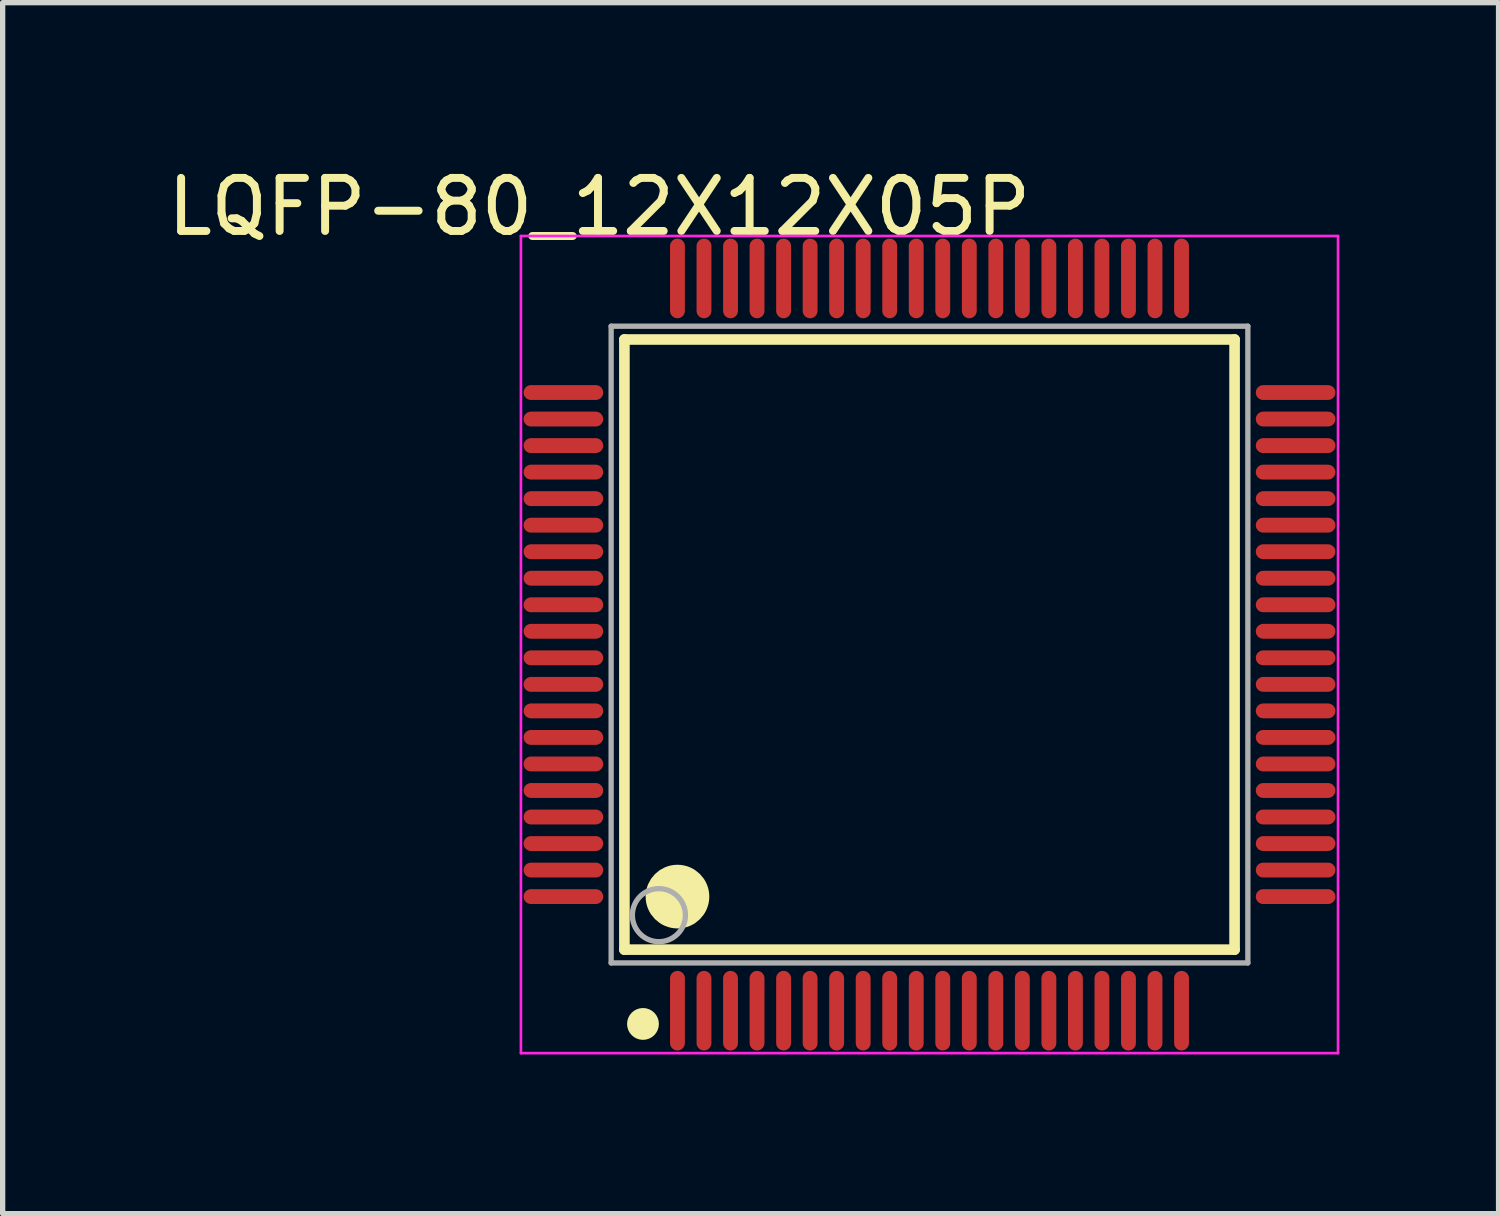
<source format=kicad_pcb>
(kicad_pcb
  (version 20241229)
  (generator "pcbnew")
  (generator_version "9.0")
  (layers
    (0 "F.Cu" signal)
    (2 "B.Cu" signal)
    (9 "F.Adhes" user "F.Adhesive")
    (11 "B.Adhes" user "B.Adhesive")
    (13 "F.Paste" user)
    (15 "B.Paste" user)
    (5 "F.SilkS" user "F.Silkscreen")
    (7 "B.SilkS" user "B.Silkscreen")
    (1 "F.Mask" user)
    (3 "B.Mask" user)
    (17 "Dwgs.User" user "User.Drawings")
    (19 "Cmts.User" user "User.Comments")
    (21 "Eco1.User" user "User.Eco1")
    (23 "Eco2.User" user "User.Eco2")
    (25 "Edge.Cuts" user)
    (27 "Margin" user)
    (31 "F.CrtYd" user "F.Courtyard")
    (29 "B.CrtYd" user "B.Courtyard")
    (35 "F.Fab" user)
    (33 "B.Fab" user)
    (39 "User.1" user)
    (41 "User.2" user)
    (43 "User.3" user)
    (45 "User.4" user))
  (footprint "LQFP-80_12X12X05P"
    (layer "F.Cu")
    (at 14.468 9.098)
    (property "Reference" "LQFP-80_12X12X05P" (at -6.224 -8.25 0) (layer "F.SilkS") (effects (font (size 1 1) (thickness 0.15))))
    (attr through_hole)
    (fp_line (start -5.75 -5.75) (end 5.75 -5.75) (stroke (width 0.2) (type solid)) (layer "F.SilkS"))
    (fp_line (start -5.75 5.75) (end -5.75 -5.75) (stroke (width 0.2) (type solid)) (layer "F.SilkS"))
    (fp_line (start -5.75 5.75) (end 5.75 5.75) (stroke (width 0.2) (type solid)) (layer "F.SilkS"))
    (fp_line (start 5.75 5.75) (end 5.75 -5.75) (stroke (width 0.2) (type solid)) (layer "F.SilkS"))
    (fp_circle (center -5.4 7.15) (end -5.25 7.15) (stroke (width 0.3) (type solid)) (fill no) (layer "F.SilkS"))
    (fp_circle (center -4.75 4.75) (end -4.45 4.75) (stroke (width 0.6) (type solid)) (fill no) (layer "F.SilkS"))
    (fp_line (start -7.7 -7.7) (end 7.7 -7.7) (stroke (width 0.05) (type solid)) (layer "F.CrtYd"))
    (fp_line (start -7.7 7.7) (end -7.7 -7.7) (stroke (width 0.05) (type solid)) (layer "F.CrtYd"))
    (fp_line (start 7.7 -7.7) (end 7.7 7.7) (stroke (width 0.05) (type solid)) (layer "F.CrtYd"))
    (fp_line (start 7.7 7.7) (end -7.7 7.7) (stroke (width 0.05) (type solid)) (layer "F.CrtYd"))
    (fp_line (start -6 -6) (end 6 -6) (stroke (width 0.1) (type solid)) (layer "F.Fab"))
    (fp_line (start -6 6) (end -6 -6) (stroke (width 0.1) (type solid)) (layer "F.Fab"))
    (fp_line (start -6 6) (end 6 6) (stroke (width 0.1) (type solid)) (layer "F.Fab"))
    (fp_line (start 6 6) (end 6 -6) (stroke (width 0.1) (type solid)) (layer "F.Fab"))
    (fp_circle (center -5.1 5.1) (end -4.6 5.1) (stroke (width 0.1) (type solid)) (fill no) (layer "F.Fab"))
    (pad "1" smd oval (at -4.75 6.9 180) (size 0.28 1.5) (layers "F.Cu" "F.Mask" "F.Paste"))
    (pad "2" smd oval (at -4.25 6.9 180) (size 0.28 1.5) (layers "F.Cu" "F.Mask" "F.Paste"))
    (pad "3" smd oval (at -3.75 6.9 180) (size 0.28 1.5) (layers "F.Cu" "F.Mask" "F.Paste"))
    (pad "4" smd oval (at -3.25 6.9 180) (size 0.28 1.5) (layers "F.Cu" "F.Mask" "F.Paste"))
    (pad "5" smd oval (at -2.75 6.9 180) (size 0.28 1.5) (layers "F.Cu" "F.Mask" "F.Paste"))
    (pad "6" smd oval (at -2.25 6.9 180) (size 0.28 1.5) (layers "F.Cu" "F.Mask" "F.Paste"))
    (pad "7" smd oval (at -1.75 6.9 180) (size 0.28 1.5) (layers "F.Cu" "F.Mask" "F.Paste"))
    (pad "8" smd oval (at -1.25 6.9 180) (size 0.28 1.5) (layers "F.Cu" "F.Mask" "F.Paste"))
    (pad "9" smd oval (at -0.75 6.9 180) (size 0.28 1.5) (layers "F.Cu" "F.Mask" "F.Paste"))
    (pad "10" smd oval (at -0.25 6.9 180) (size 0.28 1.5) (layers "F.Cu" "F.Mask" "F.Paste"))
    (pad "11" smd oval (at 0.25 6.9 180) (size 0.28 1.5) (layers "F.Cu" "F.Mask" "F.Paste"))
    (pad "12" smd oval (at 0.75 6.9 180) (size 0.28 1.5) (layers "F.Cu" "F.Mask" "F.Paste"))
    (pad "13" smd oval (at 1.25 6.9 180) (size 0.28 1.5) (layers "F.Cu" "F.Mask" "F.Paste"))
    (pad "14" smd oval (at 1.75 6.9 180) (size 0.28 1.5) (layers "F.Cu" "F.Mask" "F.Paste"))
    (pad "15" smd oval (at 2.25 6.9 180) (size 0.28 1.5) (layers "F.Cu" "F.Mask" "F.Paste"))
    (pad "16" smd oval (at 2.75 6.9 180) (size 0.28 1.5) (layers "F.Cu" "F.Mask" "F.Paste"))
    (pad "17" smd oval (at 3.25 6.9 180) (size 0.28 1.5) (layers "F.Cu" "F.Mask" "F.Paste"))
    (pad "18" smd oval (at 3.75 6.9 180) (size 0.28 1.5) (layers "F.Cu" "F.Mask" "F.Paste"))
    (pad "19" smd oval (at 4.25 6.9 180) (size 0.28 1.5) (layers "F.Cu" "F.Mask" "F.Paste"))
    (pad "20" smd oval (at 4.75 6.9) (size 0.28 1.5) (layers "F.Cu" "F.Mask" "F.Paste"))
    (pad "21" smd oval (at 6.9 4.75 270) (size 0.28 1.5) (layers "F.Cu" "F.Mask" "F.Paste"))
    (pad "22" smd oval (at 6.9 4.25 90) (size 0.28 1.5) (layers "F.Cu" "F.Mask" "F.Paste"))
    (pad "23" smd oval (at 6.9 3.75 90) (size 0.28 1.5) (layers "F.Cu" "F.Mask" "F.Paste"))
    (pad "24" smd oval (at 6.9 3.25 90) (size 0.28 1.5) (layers "F.Cu" "F.Mask" "F.Paste"))
    (pad "25" smd oval (at 6.9 2.75 90) (size 0.28 1.5) (layers "F.Cu" "F.Mask" "F.Paste"))
    (pad "26" smd oval (at 6.9 2.25 90) (size 0.28 1.5) (layers "F.Cu" "F.Mask" "F.Paste"))
    (pad "27" smd oval (at 6.9 1.75 90) (size 0.28 1.5) (layers "F.Cu" "F.Mask" "F.Paste"))
    (pad "28" smd oval (at 6.9 1.25 90) (size 0.28 1.5) (layers "F.Cu" "F.Mask" "F.Paste"))
    (pad "29" smd oval (at 6.9 0.75 90) (size 0.28 1.5) (layers "F.Cu" "F.Mask" "F.Paste"))
    (pad "30" smd oval (at 6.9 0.25 90) (size 0.28 1.5) (layers "F.Cu" "F.Mask" "F.Paste"))
    (pad "31" smd oval (at 6.9 -0.25 90) (size 0.28 1.5) (layers "F.Cu" "F.Mask" "F.Paste"))
    (pad "32" smd oval (at 6.9 -0.75 90) (size 0.28 1.5) (layers "F.Cu" "F.Mask" "F.Paste"))
    (pad "33" smd oval (at 6.9 -1.25 90) (size 0.28 1.5) (layers "F.Cu" "F.Mask" "F.Paste"))
    (pad "34" smd oval (at 6.9 -1.75 90) (size 0.28 1.5) (layers "F.Cu" "F.Mask" "F.Paste"))
    (pad "35" smd oval (at 6.9 -2.25 90) (size 0.28 1.5) (layers "F.Cu" "F.Mask" "F.Paste"))
    (pad "36" smd oval (at 6.9 -2.75 90) (size 0.28 1.5) (layers "F.Cu" "F.Mask" "F.Paste"))
    (pad "37" smd oval (at 6.9 -3.25 90) (size 0.28 1.5) (layers "F.Cu" "F.Mask" "F.Paste"))
    (pad "38" smd oval (at 6.9 -3.75 90) (size 0.28 1.5) (layers "F.Cu" "F.Mask" "F.Paste"))
    (pad "39" smd oval (at 6.9 -4.25 90) (size 0.28 1.5) (layers "F.Cu" "F.Mask" "F.Paste"))
    (pad "40" smd oval (at 6.9 -4.75 90) (size 0.28 1.5) (layers "F.Cu" "F.Mask" "F.Paste"))
    (pad "41" smd oval (at 4.75 -6.9) (size 0.28 1.5) (layers "F.Cu" "F.Mask" "F.Paste"))
    (pad "42" smd oval (at 4.25 -6.9 180) (size 0.28 1.5) (layers "F.Cu" "F.Mask" "F.Paste"))
    (pad "43" smd oval (at 3.75 -6.9 180) (size 0.28 1.5) (layers "F.Cu" "F.Mask" "F.Paste"))
    (pad "44" smd oval (at 3.25 -6.9 180) (size 0.28 1.5) (layers "F.Cu" "F.Mask" "F.Paste"))
    (pad "45" smd oval (at 2.75 -6.9 180) (size 0.28 1.5) (layers "F.Cu" "F.Mask" "F.Paste"))
    (pad "46" smd oval (at 2.25 -6.9 180) (size 0.28 1.5) (layers "F.Cu" "F.Mask" "F.Paste"))
    (pad "47" smd oval (at 1.75 -6.9 180) (size 0.28 1.5) (layers "F.Cu" "F.Mask" "F.Paste"))
    (pad "48" smd oval (at 1.25 -6.9 180) (size 0.28 1.5) (layers "F.Cu" "F.Mask" "F.Paste"))
    (pad "49" smd oval (at 0.75 -6.9 180) (size 0.28 1.5) (layers "F.Cu" "F.Mask" "F.Paste"))
    (pad "50" smd oval (at 0.25 -6.9 180) (size 0.28 1.5) (layers "F.Cu" "F.Mask" "F.Paste"))
    (pad "51" smd oval (at -0.25 -6.9 180) (size 0.28 1.5) (layers "F.Cu" "F.Mask" "F.Paste"))
    (pad "52" smd oval (at -0.75 -6.9 180) (size 0.28 1.5) (layers "F.Cu" "F.Mask" "F.Paste"))
    (pad "53" smd oval (at -1.25 -6.9 180) (size 0.28 1.5) (layers "F.Cu" "F.Mask" "F.Paste"))
    (pad "54" smd oval (at -1.75 -6.9 180) (size 0.28 1.5) (layers "F.Cu" "F.Mask" "F.Paste"))
    (pad "55" smd oval (at -2.25 -6.9 180) (size 0.28 1.5) (layers "F.Cu" "F.Mask" "F.Paste"))
    (pad "56" smd oval (at -2.75 -6.9 180) (size 0.28 1.5) (layers "F.Cu" "F.Mask" "F.Paste"))
    (pad "57" smd oval (at -3.25 -6.9 180) (size 0.28 1.5) (layers "F.Cu" "F.Mask" "F.Paste"))
    (pad "58" smd oval (at -3.75 -6.9 180) (size 0.28 1.5) (layers "F.Cu" "F.Mask" "F.Paste"))
    (pad "59" smd oval (at -4.25 -6.9 180) (size 0.28 1.5) (layers "F.Cu" "F.Mask" "F.Paste"))
    (pad "60" smd oval (at -4.75 -6.9 180) (size 0.28 1.5) (layers "F.Cu" "F.Mask" "F.Paste"))
    (pad "61" smd oval (at -6.9 -4.75 90) (size 0.28 1.5) (layers "F.Cu" "F.Mask" "F.Paste"))
    (pad "62" smd oval (at -6.9 -4.25 90) (size 0.28 1.5) (layers "F.Cu" "F.Mask" "F.Paste"))
    (pad "63" smd oval (at -6.9 -3.75 90) (size 0.28 1.5) (layers "F.Cu" "F.Mask" "F.Paste"))
    (pad "64" smd oval (at -6.9 -3.25 90) (size 0.28 1.5) (layers "F.Cu" "F.Mask" "F.Paste"))
    (pad "65" smd oval (at -6.9 -2.75 90) (size 0.28 1.5) (layers "F.Cu" "F.Mask" "F.Paste"))
    (pad "66" smd oval (at -6.9 -2.25 90) (size 0.28 1.5) (layers "F.Cu" "F.Mask" "F.Paste"))
    (pad "67" smd oval (at -6.9 -1.75 90) (size 0.28 1.5) (layers "F.Cu" "F.Mask" "F.Paste"))
    (pad "68" smd oval (at -6.9 -1.25 90) (size 0.28 1.5) (layers "F.Cu" "F.Mask" "F.Paste"))
    (pad "69" smd oval (at -6.9 -0.75 90) (size 0.28 1.5) (layers "F.Cu" "F.Mask" "F.Paste"))
    (pad "70" smd oval (at -6.9 -0.25 90) (size 0.28 1.5) (layers "F.Cu" "F.Mask" "F.Paste"))
    (pad "71" smd oval (at -6.9 0.25 90) (size 0.28 1.5) (layers "F.Cu" "F.Mask" "F.Paste"))
    (pad "72" smd oval (at -6.9 0.75 90) (size 0.28 1.5) (layers "F.Cu" "F.Mask" "F.Paste"))
    (pad "73" smd oval (at -6.9 1.25 90) (size 0.28 1.5) (layers "F.Cu" "F.Mask" "F.Paste"))
    (pad "74" smd oval (at -6.9 1.75 90) (size 0.28 1.5) (layers "F.Cu" "F.Mask" "F.Paste"))
    (pad "75" smd oval (at -6.9 2.25 90) (size 0.28 1.5) (layers "F.Cu" "F.Mask" "F.Paste"))
    (pad "76" smd oval (at -6.9 2.75 90) (size 0.28 1.5) (layers "F.Cu" "F.Mask" "F.Paste"))
    (pad "77" smd oval (at -6.9 3.25 90) (size 0.28 1.5) (layers "F.Cu" "F.Mask" "F.Paste"))
    (pad "78" smd oval (at -6.9 3.75 90) (size 0.28 1.5) (layers "F.Cu" "F.Mask" "F.Paste"))
    (pad "79" smd oval (at -6.9 4.25 90) (size 0.28 1.5) (layers "F.Cu" "F.Mask" "F.Paste"))
    (pad "80" smd oval (at -6.9 4.75 270) (size 0.28 1.5) (layers "F.Cu" "F.Mask" "F.Paste")))
  (gr_rect
    (start -3 -3)
    (end 25.193 19.823)
    (stroke (width 0.1) (type default))
    (fill no)
    (layer "Edge.Cuts")))
</source>
